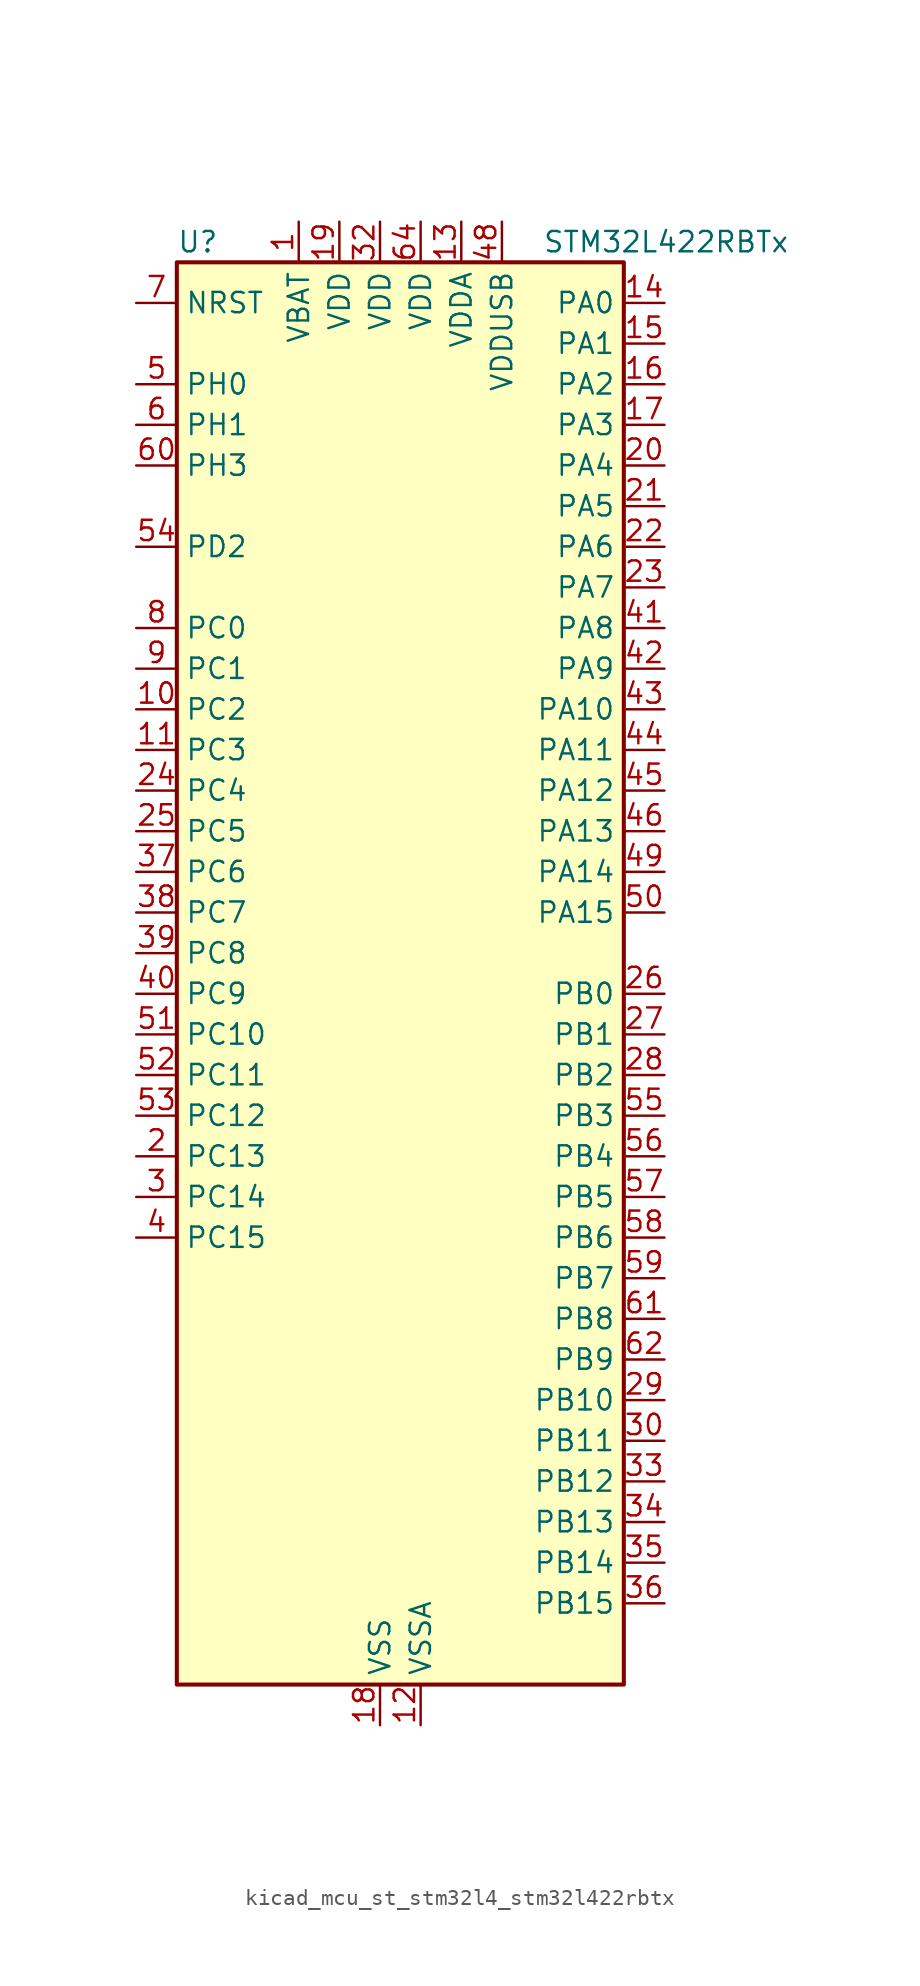
<source format=kicad_sym>
(kicad_symbol_lib
  (version 20220914)
  (generator kicad_symbol_editor)
  (symbol "kicad_mcu_st_stm32l4_stm32l422rbtx"
    (property "Reference" "U"
      (at -12.7 46.99 0)
      (effects (font (size 1.27 1.27)) (justify left)))
    (property "Value" "STM32L422RBTx"
      (at 10.16 46.99 0)
      (effects (font (size 1.27 1.27)) (justify left)))
    (property "ki_locked" ""
      (at 0 0 0)
      (effects (font (size 1.27 1.27))))
    (symbol "kicad_mcu_st_stm32l4_stm32l422rbtx_0_1"
      (rectangle (start -12.7 -43.18) (end 15.24 45.72) (stroke (width 0.254) (type default)) (fill (type background))))
    (symbol "kicad_mcu_st_stm32l4_stm32l422rbtx_1_1"
      (pin power_in line (at -5.08 48.26 270) (length 2.54) (name "VBAT" (effects (font (size 1.27 1.27)))) (number "1" (effects (font (size 1.27 1.27)))))
      (pin bidirectional line (at -15.24 17.78 0) (length 2.54) (name "PC2" (effects (font (size 1.27 1.27)))) (number "10" (effects (font (size 1.27 1.27)))) (alternate "ADC1_IN3" bidirectional line) (alternate "ADC2_IN3" bidirectional line) (alternate "LPTIM1_IN2" bidirectional line) (alternate "SPI2_MISO" bidirectional line))
      (pin bidirectional line (at -15.24 15.24 0) (length 2.54) (name "PC3" (effects (font (size 1.27 1.27)))) (number "11" (effects (font (size 1.27 1.27)))) (alternate "ADC1_IN4" bidirectional line) (alternate "ADC2_IN4" bidirectional line) (alternate "LPTIM1_ETR" bidirectional line) (alternate "LPTIM2_ETR" bidirectional line) (alternate "SPI2_MOSI" bidirectional line))
      (pin power_in line (at 2.54 -45.72 90) (length 2.54) (name "VSSA" (effects (font (size 1.27 1.27)))) (number "12" (effects (font (size 1.27 1.27)))))
      (pin power_in line (at 5.08 48.26 270) (length 2.54) (name "VDDA" (effects (font (size 1.27 1.27)))) (number "13" (effects (font (size 1.27 1.27)))))
      (pin bidirectional line (at 17.78 43.18 180) (length 2.54) (name "PA0" (effects (font (size 1.27 1.27)))) (number "14" (effects (font (size 1.27 1.27)))) (alternate "ADC1_IN5" bidirectional line) (alternate "COMP1_INM" bidirectional line) (alternate "COMP1_OUT" bidirectional line) (alternate "OPAMP1_VINP" bidirectional line) (alternate "RTC_TAMP2" bidirectional line) (alternate "SYS_WKUP1" bidirectional line) (alternate "TIM2_CH1" bidirectional line) (alternate "TIM2_ETR" bidirectional line) (alternate "USART2_CTS" bidirectional line))
      (pin bidirectional line (at 17.78 40.64 180) (length 2.54) (name "PA1" (effects (font (size 1.27 1.27)))) (number "15" (effects (font (size 1.27 1.27)))) (alternate "ADC1_IN6" bidirectional line) (alternate "COMP1_INP" bidirectional line) (alternate "I2C1_SMBA" bidirectional line) (alternate "OPAMP1_VINM" bidirectional line) (alternate "SPI1_SCK" bidirectional line) (alternate "TIM15_CH1N" bidirectional line) (alternate "TIM2_CH2" bidirectional line) (alternate "USART2_DE" bidirectional line) (alternate "USART2_RTS" bidirectional line))
      (pin bidirectional line (at 17.78 38.1 180) (length 2.54) (name "PA2" (effects (font (size 1.27 1.27)))) (number "16" (effects (font (size 1.27 1.27)))) (alternate "ADC1_IN7" bidirectional line) (alternate "ADC2_IN7" bidirectional line) (alternate "LPUART1_TX" bidirectional line) (alternate "QUADSPI_BK1_NCS" bidirectional line) (alternate "RCC_LSCO" bidirectional line) (alternate "SYS_WKUP4" bidirectional line) (alternate "TIM15_CH1" bidirectional line) (alternate "TIM2_CH3" bidirectional line) (alternate "USART2_TX" bidirectional line))
      (pin bidirectional line (at 17.78 35.56 180) (length 2.54) (name "PA3" (effects (font (size 1.27 1.27)))) (number "17" (effects (font (size 1.27 1.27)))) (alternate "ADC1_IN8" bidirectional line) (alternate "ADC2_IN8" bidirectional line) (alternate "LPUART1_RX" bidirectional line) (alternate "OPAMP1_VOUT" bidirectional line) (alternate "QUADSPI_CLK" bidirectional line) (alternate "TIM15_CH2" bidirectional line) (alternate "TIM2_CH4" bidirectional line) (alternate "USART2_RX" bidirectional line))
      (pin power_in line (at 0 -45.72 90) (length 2.54) (name "VSS" (effects (font (size 1.27 1.27)))) (number "18" (effects (font (size 1.27 1.27)))))
      (pin power_in line (at -2.54 48.26 270) (length 2.54) (name "VDD" (effects (font (size 1.27 1.27)))) (number "19" (effects (font (size 1.27 1.27)))))
      (pin bidirectional line (at -15.24 -10.16 0) (length 2.54) (name "PC13" (effects (font (size 1.27 1.27)))) (number "2" (effects (font (size 1.27 1.27)))) (alternate "RTC_OUT_ALARM" bidirectional line) (alternate "RTC_OUT_CALIB" bidirectional line) (alternate "RTC_TAMP1" bidirectional line) (alternate "RTC_TS" bidirectional line) (alternate "SYS_WKUP2" bidirectional line))
      (pin bidirectional line (at 17.78 33.02 180) (length 2.54) (name "PA4" (effects (font (size 1.27 1.27)))) (number "20" (effects (font (size 1.27 1.27)))) (alternate "ADC1_IN9" bidirectional line) (alternate "ADC2_IN9" bidirectional line) (alternate "COMP1_INM" bidirectional line) (alternate "LPTIM2_OUT" bidirectional line) (alternate "SPI1_NSS" bidirectional line) (alternate "USART2_CK" bidirectional line))
      (pin bidirectional line (at 17.78 30.48 180) (length 2.54) (name "PA5" (effects (font (size 1.27 1.27)))) (number "21" (effects (font (size 1.27 1.27)))) (alternate "ADC1_IN10" bidirectional line) (alternate "ADC2_IN10" bidirectional line) (alternate "COMP1_INM" bidirectional line) (alternate "LPTIM2_ETR" bidirectional line) (alternate "SPI1_SCK" bidirectional line) (alternate "TIM2_CH1" bidirectional line) (alternate "TIM2_ETR" bidirectional line))
      (pin bidirectional line (at 17.78 27.94 180) (length 2.54) (name "PA6" (effects (font (size 1.27 1.27)))) (number "22" (effects (font (size 1.27 1.27)))) (alternate "ADC1_IN11" bidirectional line) (alternate "ADC2_IN11" bidirectional line) (alternate "COMP1_OUT" bidirectional line) (alternate "LPUART1_CTS" bidirectional line) (alternate "QUADSPI_BK1_IO3" bidirectional line) (alternate "SPI1_MISO" bidirectional line) (alternate "TIM16_CH1" bidirectional line) (alternate "TIM1_BKIN" bidirectional line) (alternate "USART3_CTS" bidirectional line))
      (pin bidirectional line (at 17.78 25.4 180) (length 2.54) (name "PA7" (effects (font (size 1.27 1.27)))) (number "23" (effects (font (size 1.27 1.27)))) (alternate "ADC1_IN12" bidirectional line) (alternate "ADC2_IN12" bidirectional line) (alternate "I2C3_SCL" bidirectional line) (alternate "QUADSPI_BK1_IO2" bidirectional line) (alternate "SPI1_MOSI" bidirectional line) (alternate "TIM1_CH1N" bidirectional line))
      (pin bidirectional line (at -15.24 12.7 0) (length 2.54) (name "PC4" (effects (font (size 1.27 1.27)))) (number "24" (effects (font (size 1.27 1.27)))) (alternate "ADC1_IN13" bidirectional line) (alternate "ADC2_IN13" bidirectional line) (alternate "COMP1_INM" bidirectional line) (alternate "USART3_TX" bidirectional line))
      (pin bidirectional line (at -15.24 10.16 0) (length 2.54) (name "PC5" (effects (font (size 1.27 1.27)))) (number "25" (effects (font (size 1.27 1.27)))) (alternate "ADC1_IN14" bidirectional line) (alternate "ADC2_IN14" bidirectional line) (alternate "COMP1_INP" bidirectional line) (alternate "SYS_WKUP5" bidirectional line) (alternate "USART3_RX" bidirectional line))
      (pin bidirectional line (at 17.78 0 180) (length 2.54) (name "PB0" (effects (font (size 1.27 1.27)))) (number "26" (effects (font (size 1.27 1.27)))) (alternate "ADC1_IN15" bidirectional line) (alternate "ADC2_IN15" bidirectional line) (alternate "COMP1_OUT" bidirectional line) (alternate "QUADSPI_BK1_IO1" bidirectional line) (alternate "SPI1_NSS" bidirectional line) (alternate "SYS_TRACED0" bidirectional line) (alternate "TIM1_CH2N" bidirectional line) (alternate "USART3_CK" bidirectional line))
      (pin bidirectional line (at 17.78 -2.54 180) (length 2.54) (name "PB1" (effects (font (size 1.27 1.27)))) (number "27" (effects (font (size 1.27 1.27)))) (alternate "ADC1_IN16" bidirectional line) (alternate "ADC2_IN16" bidirectional line) (alternate "COMP1_INM" bidirectional line) (alternate "LPTIM2_IN1" bidirectional line) (alternate "LPUART1_DE" bidirectional line) (alternate "LPUART1_RTS" bidirectional line) (alternate "QUADSPI_BK1_IO0" bidirectional line) (alternate "SYS_TRACED1" bidirectional line) (alternate "TIM1_CH3N" bidirectional line) (alternate "USART3_DE" bidirectional line) (alternate "USART3_RTS" bidirectional line))
      (pin bidirectional line (at 17.78 -5.08 180) (length 2.54) (name "PB2" (effects (font (size 1.27 1.27)))) (number "28" (effects (font (size 1.27 1.27)))) (alternate "COMP1_INP" bidirectional line) (alternate "I2C3_SMBA" bidirectional line) (alternate "LPTIM1_OUT" bidirectional line) (alternate "RTC_OUT_ALARM" bidirectional line) (alternate "RTC_OUT_CALIB" bidirectional line))
      (pin bidirectional line (at 17.78 -25.4 180) (length 2.54) (name "PB10" (effects (font (size 1.27 1.27)))) (number "29" (effects (font (size 1.27 1.27)))) (alternate "COMP1_OUT" bidirectional line) (alternate "I2C2_SCL" bidirectional line) (alternate "LPUART1_RX" bidirectional line) (alternate "QUADSPI_CLK" bidirectional line) (alternate "SPI2_SCK" bidirectional line) (alternate "TIM2_CH3" bidirectional line) (alternate "TSC_SYNC" bidirectional line) (alternate "USART3_TX" bidirectional line))
      (pin bidirectional line (at -15.24 -12.7 0) (length 2.54) (name "PC14" (effects (font (size 1.27 1.27)))) (number "3" (effects (font (size 1.27 1.27)))) (alternate "RCC_OSC32_IN" bidirectional line))
      (pin bidirectional line (at 17.78 -27.94 180) (length 2.54) (name "PB11" (effects (font (size 1.27 1.27)))) (number "30" (effects (font (size 1.27 1.27)))) (alternate "ADC1_EXTI11" bidirectional line) (alternate "ADC2_EXTI11" bidirectional line) (alternate "I2C2_SDA" bidirectional line) (alternate "LPUART1_TX" bidirectional line) (alternate "QUADSPI_BK1_NCS" bidirectional line) (alternate "TIM2_CH4" bidirectional line) (alternate "USART3_RX" bidirectional line))
      (pin passive line (at 0 -45.72 90) (length 2.54) hide (name "VSS" (effects (font (size 1.27 1.27)))) (number "31" (effects (font (size 1.27 1.27)))))
      (pin power_in line (at 0 48.26 270) (length 2.54) (name "VDD" (effects (font (size 1.27 1.27)))) (number "32" (effects (font (size 1.27 1.27)))))
      (pin bidirectional line (at 17.78 -30.48 180) (length 2.54) (name "PB12" (effects (font (size 1.27 1.27)))) (number "33" (effects (font (size 1.27 1.27)))) (alternate "I2C2_SMBA" bidirectional line) (alternate "LPUART1_DE" bidirectional line) (alternate "LPUART1_RTS" bidirectional line) (alternate "SPI2_NSS" bidirectional line) (alternate "TIM15_BKIN" bidirectional line) (alternate "TIM1_BKIN" bidirectional line) (alternate "TSC_G1_IO1" bidirectional line) (alternate "USART3_CK" bidirectional line))
      (pin bidirectional line (at 17.78 -33.02 180) (length 2.54) (name "PB13" (effects (font (size 1.27 1.27)))) (number "34" (effects (font (size 1.27 1.27)))) (alternate "I2C2_SCL" bidirectional line) (alternate "LPUART1_CTS" bidirectional line) (alternate "SPI2_SCK" bidirectional line) (alternate "TIM15_CH1N" bidirectional line) (alternate "TIM1_CH1N" bidirectional line) (alternate "TSC_G1_IO2" bidirectional line) (alternate "USART3_CTS" bidirectional line))
      (pin bidirectional line (at 17.78 -35.56 180) (length 2.54) (name "PB14" (effects (font (size 1.27 1.27)))) (number "35" (effects (font (size 1.27 1.27)))) (alternate "I2C2_SDA" bidirectional line) (alternate "SPI2_MISO" bidirectional line) (alternate "TIM15_CH1" bidirectional line) (alternate "TIM1_CH2N" bidirectional line) (alternate "TSC_G1_IO3" bidirectional line) (alternate "USART3_DE" bidirectional line) (alternate "USART3_RTS" bidirectional line))
      (pin bidirectional line (at 17.78 -38.1 180) (length 2.54) (name "PB15" (effects (font (size 1.27 1.27)))) (number "36" (effects (font (size 1.27 1.27)))) (alternate "ADC1_EXTI15" bidirectional line) (alternate "ADC2_EXTI15" bidirectional line) (alternate "RTC_REFIN" bidirectional line) (alternate "SPI2_MOSI" bidirectional line) (alternate "TIM15_CH2" bidirectional line) (alternate "TIM1_CH3N" bidirectional line) (alternate "TSC_G1_IO4" bidirectional line))
      (pin bidirectional line (at -15.24 7.62 0) (length 2.54) (name "PC6" (effects (font (size 1.27 1.27)))) (number "37" (effects (font (size 1.27 1.27)))) (alternate "TSC_G4_IO1" bidirectional line))
      (pin bidirectional line (at -15.24 5.08 0) (length 2.54) (name "PC7" (effects (font (size 1.27 1.27)))) (number "38" (effects (font (size 1.27 1.27)))) (alternate "TSC_G4_IO2" bidirectional line))
      (pin bidirectional line (at -15.24 2.54 0) (length 2.54) (name "PC8" (effects (font (size 1.27 1.27)))) (number "39" (effects (font (size 1.27 1.27)))) (alternate "TSC_G4_IO3" bidirectional line))
      (pin bidirectional line (at -15.24 -15.24 0) (length 2.54) (name "PC15" (effects (font (size 1.27 1.27)))) (number "4" (effects (font (size 1.27 1.27)))) (alternate "ADC1_EXTI15" bidirectional line) (alternate "ADC2_EXTI15" bidirectional line) (alternate "RCC_OSC32_OUT" bidirectional line))
      (pin bidirectional line (at -15.24 0 0) (length 2.54) (name "PC9" (effects (font (size 1.27 1.27)))) (number "40" (effects (font (size 1.27 1.27)))) (alternate "TSC_G4_IO4" bidirectional line) (alternate "USB_NOE" bidirectional line))
      (pin bidirectional line (at 17.78 22.86 180) (length 2.54) (name "PA8" (effects (font (size 1.27 1.27)))) (number "41" (effects (font (size 1.27 1.27)))) (alternate "LPTIM2_OUT" bidirectional line) (alternate "RCC_MCO" bidirectional line) (alternate "TIM1_CH1" bidirectional line) (alternate "USART1_CK" bidirectional line))
      (pin bidirectional line (at 17.78 20.32 180) (length 2.54) (name "PA9" (effects (font (size 1.27 1.27)))) (number "42" (effects (font (size 1.27 1.27)))) (alternate "I2C1_SCL" bidirectional line) (alternate "TIM15_BKIN" bidirectional line) (alternate "TIM1_CH2" bidirectional line) (alternate "USART1_TX" bidirectional line))
      (pin bidirectional line (at 17.78 17.78 180) (length 2.54) (name "PA10" (effects (font (size 1.27 1.27)))) (number "43" (effects (font (size 1.27 1.27)))) (alternate "CRS_SYNC" bidirectional line) (alternate "I2C1_SDA" bidirectional line) (alternate "TIM1_CH3" bidirectional line) (alternate "USART1_RX" bidirectional line))
      (pin bidirectional line (at 17.78 15.24 180) (length 2.54) (name "PA11" (effects (font (size 1.27 1.27)))) (number "44" (effects (font (size 1.27 1.27)))) (alternate "ADC1_EXTI11" bidirectional line) (alternate "ADC2_EXTI11" bidirectional line) (alternate "COMP1_OUT" bidirectional line) (alternate "SPI1_MISO" bidirectional line) (alternate "TIM1_BKIN2" bidirectional line) (alternate "TIM1_BKIN2_COMP1" bidirectional line) (alternate "TIM1_CH4" bidirectional line) (alternate "USART1_CTS" bidirectional line) (alternate "USB_DM" bidirectional line))
      (pin bidirectional line (at 17.78 12.7 180) (length 2.54) (name "PA12" (effects (font (size 1.27 1.27)))) (number "45" (effects (font (size 1.27 1.27)))) (alternate "SPI1_MOSI" bidirectional line) (alternate "TIM1_ETR" bidirectional line) (alternate "USART1_DE" bidirectional line) (alternate "USART1_RTS" bidirectional line) (alternate "USB_DP" bidirectional line))
      (pin bidirectional line (at 17.78 10.16 180) (length 2.54) (name "PA13" (effects (font (size 1.27 1.27)))) (number "46" (effects (font (size 1.27 1.27)))) (alternate "IR_OUT" bidirectional line) (alternate "SYS_JTMS-SWDIO" bidirectional line) (alternate "USB_NOE" bidirectional line))
      (pin passive line (at 0 -45.72 90) (length 2.54) hide (name "VSS" (effects (font (size 1.27 1.27)))) (number "47" (effects (font (size 1.27 1.27)))))
      (pin power_in line (at 7.62 48.26 270) (length 2.54) (name "VDDUSB" (effects (font (size 1.27 1.27)))) (number "48" (effects (font (size 1.27 1.27)))))
      (pin bidirectional line (at 17.78 7.62 180) (length 2.54) (name "PA14" (effects (font (size 1.27 1.27)))) (number "49" (effects (font (size 1.27 1.27)))) (alternate "I2C1_SMBA" bidirectional line) (alternate "LPTIM1_OUT" bidirectional line) (alternate "SYS_JTCK-SWCLK" bidirectional line))
      (pin bidirectional line (at -15.24 38.1 0) (length 2.54) (name "PH0" (effects (font (size 1.27 1.27)))) (number "5" (effects (font (size 1.27 1.27)))) (alternate "RCC_OSC_IN" bidirectional line))
      (pin bidirectional line (at 17.78 5.08 180) (length 2.54) (name "PA15" (effects (font (size 1.27 1.27)))) (number "50" (effects (font (size 1.27 1.27)))) (alternate "ADC1_EXTI15" bidirectional line) (alternate "ADC2_EXTI15" bidirectional line) (alternate "SPI1_NSS" bidirectional line) (alternate "SYS_JTDI" bidirectional line) (alternate "TIM2_CH1" bidirectional line) (alternate "TIM2_ETR" bidirectional line) (alternate "TSC_G3_IO1" bidirectional line) (alternate "USART2_RX" bidirectional line) (alternate "USART3_DE" bidirectional line) (alternate "USART3_RTS" bidirectional line))
      (pin bidirectional line (at -15.24 -2.54 0) (length 2.54) (name "PC10" (effects (font (size 1.27 1.27)))) (number "51" (effects (font (size 1.27 1.27)))) (alternate "SYS_TRACED1" bidirectional line) (alternate "TSC_G3_IO2" bidirectional line) (alternate "USART3_TX" bidirectional line))
      (pin bidirectional line (at -15.24 -5.08 0) (length 2.54) (name "PC11" (effects (font (size 1.27 1.27)))) (number "52" (effects (font (size 1.27 1.27)))) (alternate "ADC1_EXTI11" bidirectional line) (alternate "ADC2_EXTI11" bidirectional line) (alternate "TSC_G3_IO3" bidirectional line) (alternate "USART3_RX" bidirectional line))
      (pin bidirectional line (at -15.24 -7.62 0) (length 2.54) (name "PC12" (effects (font (size 1.27 1.27)))) (number "53" (effects (font (size 1.27 1.27)))) (alternate "SYS_TRACED3" bidirectional line) (alternate "TSC_G3_IO4" bidirectional line) (alternate "USART3_CK" bidirectional line))
      (pin bidirectional line (at -15.24 27.94 0) (length 2.54) (name "PD2" (effects (font (size 1.27 1.27)))) (number "54" (effects (font (size 1.27 1.27)))) (alternate "SYS_TRACED2" bidirectional line) (alternate "TSC_SYNC" bidirectional line) (alternate "USART3_DE" bidirectional line) (alternate "USART3_RTS" bidirectional line))
      (pin bidirectional line (at 17.78 -7.62 180) (length 2.54) (name "PB3" (effects (font (size 1.27 1.27)))) (number "55" (effects (font (size 1.27 1.27)))) (alternate "SPI1_SCK" bidirectional line) (alternate "SYS_JTDO-SWO" bidirectional line) (alternate "TIM2_CH2" bidirectional line) (alternate "USART1_DE" bidirectional line) (alternate "USART1_RTS" bidirectional line))
      (pin bidirectional line (at 17.78 -10.16 180) (length 2.54) (name "PB4" (effects (font (size 1.27 1.27)))) (number "56" (effects (font (size 1.27 1.27)))) (alternate "I2C3_SDA" bidirectional line) (alternate "SPI1_MISO" bidirectional line) (alternate "SYS_JTRST" bidirectional line) (alternate "TSC_G2_IO1" bidirectional line) (alternate "USART1_CTS" bidirectional line))
      (pin bidirectional line (at 17.78 -12.7 180) (length 2.54) (name "PB5" (effects (font (size 1.27 1.27)))) (number "57" (effects (font (size 1.27 1.27)))) (alternate "I2C1_SMBA" bidirectional line) (alternate "LPTIM1_IN1" bidirectional line) (alternate "SPI1_MOSI" bidirectional line) (alternate "SYS_TRACED2" bidirectional line) (alternate "TIM16_BKIN" bidirectional line) (alternate "TSC_G2_IO2" bidirectional line) (alternate "USART1_CK" bidirectional line))
      (pin bidirectional line (at 17.78 -15.24 180) (length 2.54) (name "PB6" (effects (font (size 1.27 1.27)))) (number "58" (effects (font (size 1.27 1.27)))) (alternate "I2C1_SCL" bidirectional line) (alternate "LPTIM1_ETR" bidirectional line) (alternate "SYS_TRACED3" bidirectional line) (alternate "TIM16_CH1N" bidirectional line) (alternate "TSC_G2_IO3" bidirectional line) (alternate "USART1_TX" bidirectional line))
      (pin bidirectional line (at 17.78 -17.78 180) (length 2.54) (name "PB7" (effects (font (size 1.27 1.27)))) (number "59" (effects (font (size 1.27 1.27)))) (alternate "I2C1_SDA" bidirectional line) (alternate "LPTIM1_IN2" bidirectional line) (alternate "SYS_PVD_IN" bidirectional line) (alternate "SYS_TRACECLK" bidirectional line) (alternate "TSC_G2_IO4" bidirectional line) (alternate "USART1_RX" bidirectional line))
      (pin bidirectional line (at -15.24 35.56 0) (length 2.54) (name "PH1" (effects (font (size 1.27 1.27)))) (number "6" (effects (font (size 1.27 1.27)))) (alternate "RCC_OSC_OUT" bidirectional line))
      (pin bidirectional line (at -15.24 33.02 0) (length 2.54) (name "PH3" (effects (font (size 1.27 1.27)))) (number "60" (effects (font (size 1.27 1.27)))))
      (pin bidirectional line (at 17.78 -20.32 180) (length 2.54) (name "PB8" (effects (font (size 1.27 1.27)))) (number "61" (effects (font (size 1.27 1.27)))) (alternate "I2C1_SCL" bidirectional line) (alternate "TIM16_CH1" bidirectional line))
      (pin bidirectional line (at 17.78 -22.86 180) (length 2.54) (name "PB9" (effects (font (size 1.27 1.27)))) (number "62" (effects (font (size 1.27 1.27)))) (alternate "I2C1_SDA" bidirectional line) (alternate "IR_OUT" bidirectional line) (alternate "SPI2_NSS" bidirectional line))
      (pin passive line (at 0 -45.72 90) (length 2.54) hide (name "VSS" (effects (font (size 1.27 1.27)))) (number "63" (effects (font (size 1.27 1.27)))))
      (pin power_in line (at 2.54 48.26 270) (length 2.54) (name "VDD" (effects (font (size 1.27 1.27)))) (number "64" (effects (font (size 1.27 1.27)))))
      (pin input line (at -15.24 43.18 0) (length 2.54) (name "NRST" (effects (font (size 1.27 1.27)))) (number "7" (effects (font (size 1.27 1.27)))))
      (pin bidirectional line (at -15.24 22.86 0) (length 2.54) (name "PC0" (effects (font (size 1.27 1.27)))) (number "8" (effects (font (size 1.27 1.27)))) (alternate "ADC1_IN1" bidirectional line) (alternate "ADC2_IN1" bidirectional line) (alternate "I2C3_SCL" bidirectional line) (alternate "LPTIM1_IN1" bidirectional line) (alternate "LPTIM2_IN1" bidirectional line) (alternate "LPUART1_RX" bidirectional line) (alternate "SYS_TRACECLK" bidirectional line))
      (pin bidirectional line (at -15.24 20.32 0) (length 2.54) (name "PC1" (effects (font (size 1.27 1.27)))) (number "9" (effects (font (size 1.27 1.27)))) (alternate "ADC1_IN2" bidirectional line) (alternate "ADC2_IN2" bidirectional line) (alternate "I2C3_SDA" bidirectional line) (alternate "LPTIM1_OUT" bidirectional line) (alternate "LPUART1_TX" bidirectional line) (alternate "SYS_TRACED0" bidirectional line)))))
</source>
